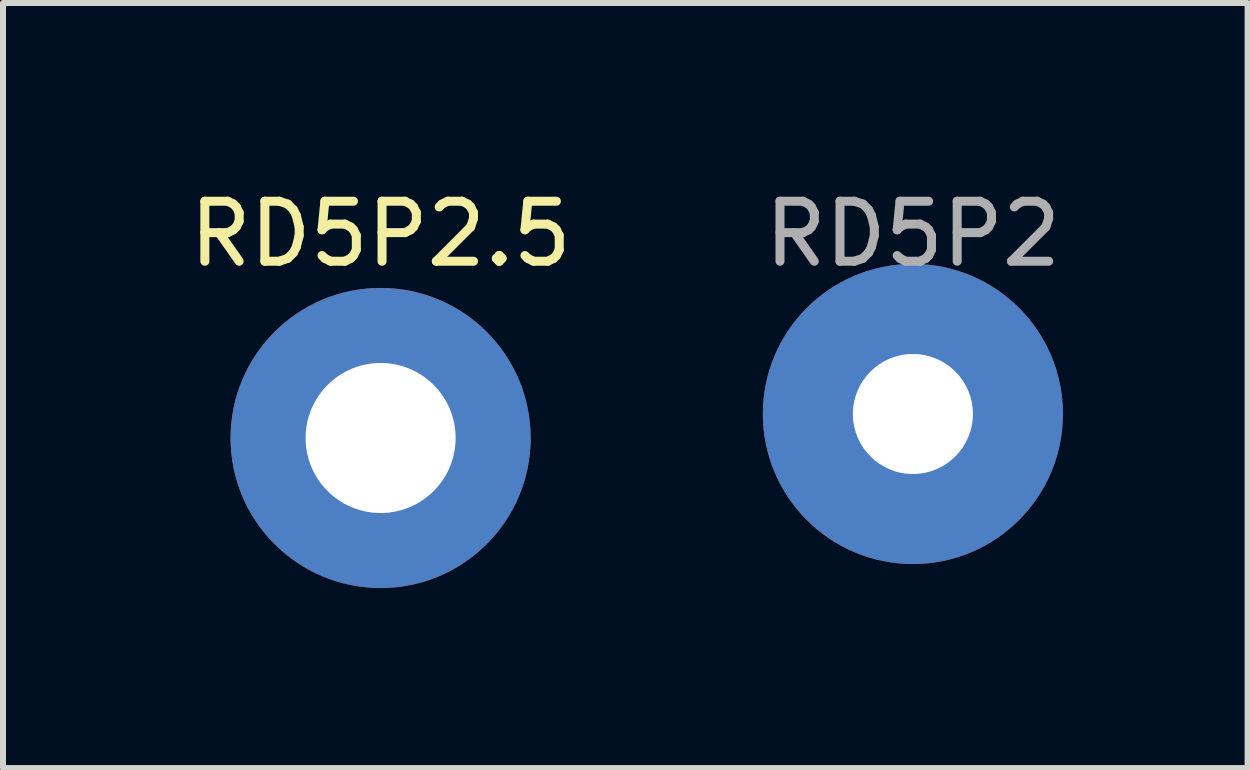
<source format=kicad_pcb>
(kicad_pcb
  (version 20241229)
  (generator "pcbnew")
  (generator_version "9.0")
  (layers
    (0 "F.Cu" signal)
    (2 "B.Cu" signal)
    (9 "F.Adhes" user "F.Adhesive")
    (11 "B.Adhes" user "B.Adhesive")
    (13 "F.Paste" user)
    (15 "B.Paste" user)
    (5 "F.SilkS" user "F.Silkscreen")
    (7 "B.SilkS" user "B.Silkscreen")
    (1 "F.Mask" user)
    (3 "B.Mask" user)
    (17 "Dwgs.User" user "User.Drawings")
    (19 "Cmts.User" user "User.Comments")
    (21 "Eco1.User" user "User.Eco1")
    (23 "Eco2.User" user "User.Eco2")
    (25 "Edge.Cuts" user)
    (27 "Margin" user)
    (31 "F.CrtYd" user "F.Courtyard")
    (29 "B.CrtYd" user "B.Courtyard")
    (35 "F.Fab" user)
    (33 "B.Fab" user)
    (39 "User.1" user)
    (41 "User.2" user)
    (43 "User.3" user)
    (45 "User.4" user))
  (footprint "RD5P2.5"
    (layer "F.Cu")
    (at 3.292 4.248)
    (property "Reference" "RD5P2.5" (at 0 -3.4 0) (layer "F.SilkS") (effects (font (size 1 1) (thickness 0.15))))
    (attr through_hole)
    (pad "1" thru_hole circle (at 0 0) (size 5 5) (drill 2.5) (layers "*.Cu" "*.Mask")))
  (footprint "RD5P2"
    (layer "F.Cu")
    (at 12.161 3.848)
    (property "Reference" "RD5P2" (at 0 -3 0) (layer "F.Fab") (effects (font (size 1 1) (thickness 0.15))))
    (attr through_hole)
    (pad "1" thru_hole circle (at 0 0) (size 5 5) (drill 2) (layers "*.Cu" "*.Mask")))
  (gr_rect
    (start -3 -3)
    (end 17.738 9.748)
    (stroke (width 0.1) (type default))
    (fill no)
    (layer "Edge.Cuts")))
</source>
